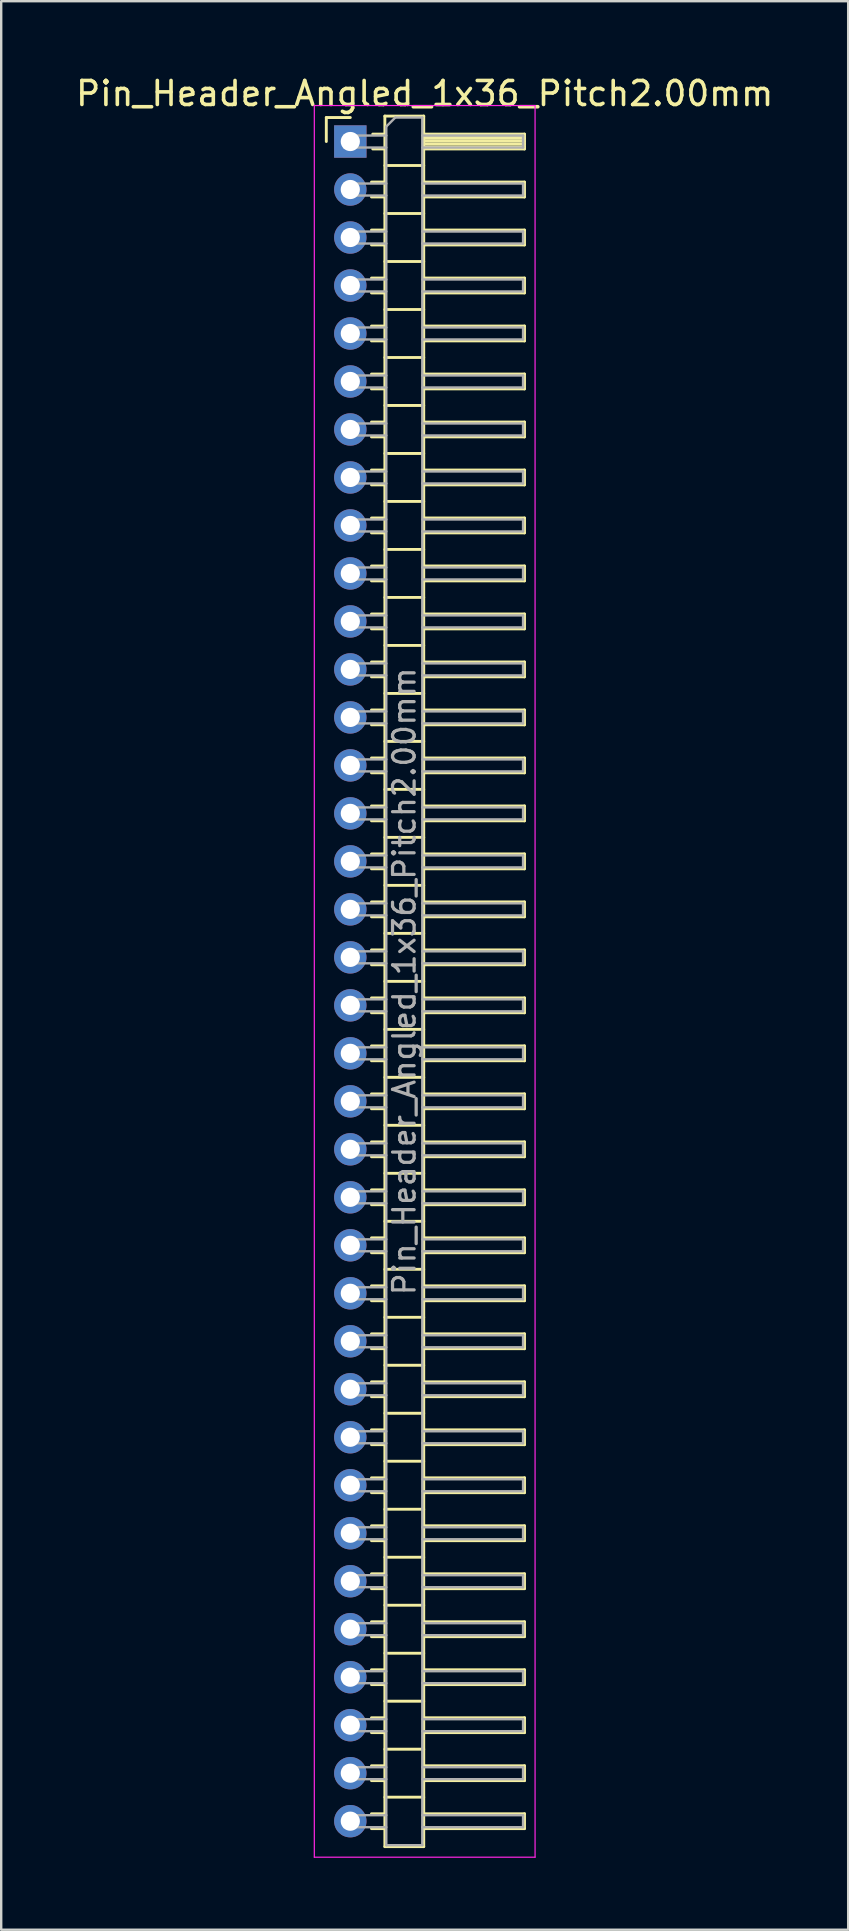
<source format=kicad_pcb>
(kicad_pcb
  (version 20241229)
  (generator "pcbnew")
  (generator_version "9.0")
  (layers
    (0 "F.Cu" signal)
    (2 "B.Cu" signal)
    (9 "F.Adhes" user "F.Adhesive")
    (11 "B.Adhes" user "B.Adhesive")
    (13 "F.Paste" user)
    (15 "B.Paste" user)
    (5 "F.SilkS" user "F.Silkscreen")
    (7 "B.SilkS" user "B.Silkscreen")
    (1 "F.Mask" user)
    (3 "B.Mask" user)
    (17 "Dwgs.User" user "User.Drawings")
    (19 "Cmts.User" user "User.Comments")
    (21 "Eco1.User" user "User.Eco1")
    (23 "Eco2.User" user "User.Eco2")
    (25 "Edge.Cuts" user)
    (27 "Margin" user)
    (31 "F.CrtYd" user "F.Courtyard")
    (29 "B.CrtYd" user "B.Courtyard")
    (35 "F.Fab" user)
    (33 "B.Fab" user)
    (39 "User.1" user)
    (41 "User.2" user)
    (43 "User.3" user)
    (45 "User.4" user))
  (footprint "Pin_Header_Angled_1x36_Pitch2.00mm"
    (layer "F.Cu")
    (at 11.549 2.848)
    (property "Reference" "Pin_Header_Angled_1x36_Pitch2.00mm" (at 3.1 -2 0) (layer "F.SilkS") (effects (font (size 1 1) (thickness 0.15))))
    (attr through_hole)
    (fp_line (start -1 -1) (end 0 -1) (stroke (width 0.12) (type solid)) (layer "F.SilkS"))
    (fp_line (start -1 0) (end -1 -1) (stroke (width 0.12) (type solid)) (layer "F.SilkS"))
    (fp_line (start 0.882 1.69) (end 1.44 1.69) (stroke (width 0.12) (type solid)) (layer "F.SilkS"))
    (fp_line (start 0.882 2.31) (end 1.44 2.31) (stroke (width 0.12) (type solid)) (layer "F.SilkS"))
    (fp_line (start 0.882 3.69) (end 1.44 3.69) (stroke (width 0.12) (type solid)) (layer "F.SilkS"))
    (fp_line (start 0.882 4.31) (end 1.44 4.31) (stroke (width 0.12) (type solid)) (layer "F.SilkS"))
    (fp_line (start 0.882 5.69) (end 1.44 5.69) (stroke (width 0.12) (type solid)) (layer "F.SilkS"))
    (fp_line (start 0.882 6.31) (end 1.44 6.31) (stroke (width 0.12) (type solid)) (layer "F.SilkS"))
    (fp_line (start 0.882 7.69) (end 1.44 7.69) (stroke (width 0.12) (type solid)) (layer "F.SilkS"))
    (fp_line (start 0.882 8.31) (end 1.44 8.31) (stroke (width 0.12) (type solid)) (layer "F.SilkS"))
    (fp_line (start 0.882 9.69) (end 1.44 9.69) (stroke (width 0.12) (type solid)) (layer "F.SilkS"))
    (fp_line (start 0.882 10.31) (end 1.44 10.31) (stroke (width 0.12) (type solid)) (layer "F.SilkS"))
    (fp_line (start 0.882 11.69) (end 1.44 11.69) (stroke (width 0.12) (type solid)) (layer "F.SilkS"))
    (fp_line (start 0.882 12.31) (end 1.44 12.31) (stroke (width 0.12) (type solid)) (layer "F.SilkS"))
    (fp_line (start 0.882 13.69) (end 1.44 13.69) (stroke (width 0.12) (type solid)) (layer "F.SilkS"))
    (fp_line (start 0.882 14.31) (end 1.44 14.31) (stroke (width 0.12) (type solid)) (layer "F.SilkS"))
    (fp_line (start 0.882 15.69) (end 1.44 15.69) (stroke (width 0.12) (type solid)) (layer "F.SilkS"))
    (fp_line (start 0.882 16.31) (end 1.44 16.31) (stroke (width 0.12) (type solid)) (layer "F.SilkS"))
    (fp_line (start 0.882 17.69) (end 1.44 17.69) (stroke (width 0.12) (type solid)) (layer "F.SilkS"))
    (fp_line (start 0.882 18.31) (end 1.44 18.31) (stroke (width 0.12) (type solid)) (layer "F.SilkS"))
    (fp_line (start 0.882 19.69) (end 1.44 19.69) (stroke (width 0.12) (type solid)) (layer "F.SilkS"))
    (fp_line (start 0.882 20.31) (end 1.44 20.31) (stroke (width 0.12) (type solid)) (layer "F.SilkS"))
    (fp_line (start 0.882 21.69) (end 1.44 21.69) (stroke (width 0.12) (type solid)) (layer "F.SilkS"))
    (fp_line (start 0.882 22.31) (end 1.44 22.31) (stroke (width 0.12) (type solid)) (layer "F.SilkS"))
    (fp_line (start 0.882 23.69) (end 1.44 23.69) (stroke (width 0.12) (type solid)) (layer "F.SilkS"))
    (fp_line (start 0.882 24.31) (end 1.44 24.31) (stroke (width 0.12) (type solid)) (layer "F.SilkS"))
    (fp_line (start 0.882 25.69) (end 1.44 25.69) (stroke (width 0.12) (type solid)) (layer "F.SilkS"))
    (fp_line (start 0.882 26.31) (end 1.44 26.31) (stroke (width 0.12) (type solid)) (layer "F.SilkS"))
    (fp_line (start 0.882 27.69) (end 1.44 27.69) (stroke (width 0.12) (type solid)) (layer "F.SilkS"))
    (fp_line (start 0.882 28.31) (end 1.44 28.31) (stroke (width 0.12) (type solid)) (layer "F.SilkS"))
    (fp_line (start 0.882 29.69) (end 1.44 29.69) (stroke (width 0.12) (type solid)) (layer "F.SilkS"))
    (fp_line (start 0.882 30.31) (end 1.44 30.31) (stroke (width 0.12) (type solid)) (layer "F.SilkS"))
    (fp_line (start 0.882 31.69) (end 1.44 31.69) (stroke (width 0.12) (type solid)) (layer "F.SilkS"))
    (fp_line (start 0.882 32.31) (end 1.44 32.31) (stroke (width 0.12) (type solid)) (layer "F.SilkS"))
    (fp_line (start 0.882 33.69) (end 1.44 33.69) (stroke (width 0.12) (type solid)) (layer "F.SilkS"))
    (fp_line (start 0.882 34.31) (end 1.44 34.31) (stroke (width 0.12) (type solid)) (layer "F.SilkS"))
    (fp_line (start 0.882 35.69) (end 1.44 35.69) (stroke (width 0.12) (type solid)) (layer "F.SilkS"))
    (fp_line (start 0.882 36.31) (end 1.44 36.31) (stroke (width 0.12) (type solid)) (layer "F.SilkS"))
    (fp_line (start 0.882 37.69) (end 1.44 37.69) (stroke (width 0.12) (type solid)) (layer "F.SilkS"))
    (fp_line (start 0.882 38.31) (end 1.44 38.31) (stroke (width 0.12) (type solid)) (layer "F.SilkS"))
    (fp_line (start 0.882 39.69) (end 1.44 39.69) (stroke (width 0.12) (type solid)) (layer "F.SilkS"))
    (fp_line (start 0.882 40.31) (end 1.44 40.31) (stroke (width 0.12) (type solid)) (layer "F.SilkS"))
    (fp_line (start 0.882 41.69) (end 1.44 41.69) (stroke (width 0.12) (type solid)) (layer "F.SilkS"))
    (fp_line (start 0.882 42.31) (end 1.44 42.31) (stroke (width 0.12) (type solid)) (layer "F.SilkS"))
    (fp_line (start 0.882 43.69) (end 1.44 43.69) (stroke (width 0.12) (type solid)) (layer "F.SilkS"))
    (fp_line (start 0.882 44.31) (end 1.44 44.31) (stroke (width 0.12) (type solid)) (layer "F.SilkS"))
    (fp_line (start 0.882 45.69) (end 1.44 45.69) (stroke (width 0.12) (type solid)) (layer "F.SilkS"))
    (fp_line (start 0.882 46.31) (end 1.44 46.31) (stroke (width 0.12) (type solid)) (layer "F.SilkS"))
    (fp_line (start 0.882 47.69) (end 1.44 47.69) (stroke (width 0.12) (type solid)) (layer "F.SilkS"))
    (fp_line (start 0.882 48.31) (end 1.44 48.31) (stroke (width 0.12) (type solid)) (layer "F.SilkS"))
    (fp_line (start 0.882 49.69) (end 1.44 49.69) (stroke (width 0.12) (type solid)) (layer "F.SilkS"))
    (fp_line (start 0.882 50.31) (end 1.44 50.31) (stroke (width 0.12) (type solid)) (layer "F.SilkS"))
    (fp_line (start 0.882 51.69) (end 1.44 51.69) (stroke (width 0.12) (type solid)) (layer "F.SilkS"))
    (fp_line (start 0.882 52.31) (end 1.44 52.31) (stroke (width 0.12) (type solid)) (layer "F.SilkS"))
    (fp_line (start 0.882 53.69) (end 1.44 53.69) (stroke (width 0.12) (type solid)) (layer "F.SilkS"))
    (fp_line (start 0.882 54.31) (end 1.44 54.31) (stroke (width 0.12) (type solid)) (layer "F.SilkS"))
    (fp_line (start 0.882 55.69) (end 1.44 55.69) (stroke (width 0.12) (type solid)) (layer "F.SilkS"))
    (fp_line (start 0.882 56.31) (end 1.44 56.31) (stroke (width 0.12) (type solid)) (layer "F.SilkS"))
    (fp_line (start 0.882 57.69) (end 1.44 57.69) (stroke (width 0.12) (type solid)) (layer "F.SilkS"))
    (fp_line (start 0.882 58.31) (end 1.44 58.31) (stroke (width 0.12) (type solid)) (layer "F.SilkS"))
    (fp_line (start 0.882 59.69) (end 1.44 59.69) (stroke (width 0.12) (type solid)) (layer "F.SilkS"))
    (fp_line (start 0.882 60.31) (end 1.44 60.31) (stroke (width 0.12) (type solid)) (layer "F.SilkS"))
    (fp_line (start 0.882 61.69) (end 1.44 61.69) (stroke (width 0.12) (type solid)) (layer "F.SilkS"))
    (fp_line (start 0.882 62.31) (end 1.44 62.31) (stroke (width 0.12) (type solid)) (layer "F.SilkS"))
    (fp_line (start 0.882 63.69) (end 1.44 63.69) (stroke (width 0.12) (type solid)) (layer "F.SilkS"))
    (fp_line (start 0.882 64.31) (end 1.44 64.31) (stroke (width 0.12) (type solid)) (layer "F.SilkS"))
    (fp_line (start 0.882 65.69) (end 1.44 65.69) (stroke (width 0.12) (type solid)) (layer "F.SilkS"))
    (fp_line (start 0.882 66.31) (end 1.44 66.31) (stroke (width 0.12) (type solid)) (layer "F.SilkS"))
    (fp_line (start 0.882 67.69) (end 1.44 67.69) (stroke (width 0.12) (type solid)) (layer "F.SilkS"))
    (fp_line (start 0.882 68.31) (end 1.44 68.31) (stroke (width 0.12) (type solid)) (layer "F.SilkS"))
    (fp_line (start 0.882 69.69) (end 1.44 69.69) (stroke (width 0.12) (type solid)) (layer "F.SilkS"))
    (fp_line (start 0.882 70.31) (end 1.44 70.31) (stroke (width 0.12) (type solid)) (layer "F.SilkS"))
    (fp_line (start 0.935 -0.31) (end 1.44 -0.31) (stroke (width 0.12) (type solid)) (layer "F.SilkS"))
    (fp_line (start 0.935 0.31) (end 1.44 0.31) (stroke (width 0.12) (type solid)) (layer "F.SilkS"))
    (fp_line (start 1.44 -1.06) (end 1.44 71.06) (stroke (width 0.12) (type solid)) (layer "F.SilkS"))
    (fp_line (start 1.44 1) (end 3.06 1) (stroke (width 0.12) (type solid)) (layer "F.SilkS"))
    (fp_line (start 1.44 3) (end 3.06 3) (stroke (width 0.12) (type solid)) (layer "F.SilkS"))
    (fp_line (start 1.44 5) (end 3.06 5) (stroke (width 0.12) (type solid)) (layer "F.SilkS"))
    (fp_line (start 1.44 7) (end 3.06 7) (stroke (width 0.12) (type solid)) (layer "F.SilkS"))
    (fp_line (start 1.44 9) (end 3.06 9) (stroke (width 0.12) (type solid)) (layer "F.SilkS"))
    (fp_line (start 1.44 11) (end 3.06 11) (stroke (width 0.12) (type solid)) (layer "F.SilkS"))
    (fp_line (start 1.44 13) (end 3.06 13) (stroke (width 0.12) (type solid)) (layer "F.SilkS"))
    (fp_line (start 1.44 15) (end 3.06 15) (stroke (width 0.12) (type solid)) (layer "F.SilkS"))
    (fp_line (start 1.44 17) (end 3.06 17) (stroke (width 0.12) (type solid)) (layer "F.SilkS"))
    (fp_line (start 1.44 19) (end 3.06 19) (stroke (width 0.12) (type solid)) (layer "F.SilkS"))
    (fp_line (start 1.44 21) (end 3.06 21) (stroke (width 0.12) (type solid)) (layer "F.SilkS"))
    (fp_line (start 1.44 23) (end 3.06 23) (stroke (width 0.12) (type solid)) (layer "F.SilkS"))
    (fp_line (start 1.44 25) (end 3.06 25) (stroke (width 0.12) (type solid)) (layer "F.SilkS"))
    (fp_line (start 1.44 27) (end 3.06 27) (stroke (width 0.12) (type solid)) (layer "F.SilkS"))
    (fp_line (start 1.44 29) (end 3.06 29) (stroke (width 0.12) (type solid)) (layer "F.SilkS"))
    (fp_line (start 1.44 31) (end 3.06 31) (stroke (width 0.12) (type solid)) (layer "F.SilkS"))
    (fp_line (start 1.44 33) (end 3.06 33) (stroke (width 0.12) (type solid)) (layer "F.SilkS"))
    (fp_line (start 1.44 35) (end 3.06 35) (stroke (width 0.12) (type solid)) (layer "F.SilkS"))
    (fp_line (start 1.44 37) (end 3.06 37) (stroke (width 0.12) (type solid)) (layer "F.SilkS"))
    (fp_line (start 1.44 39) (end 3.06 39) (stroke (width 0.12) (type solid)) (layer "F.SilkS"))
    (fp_line (start 1.44 41) (end 3.06 41) (stroke (width 0.12) (type solid)) (layer "F.SilkS"))
    (fp_line (start 1.44 43) (end 3.06 43) (stroke (width 0.12) (type solid)) (layer "F.SilkS"))
    (fp_line (start 1.44 45) (end 3.06 45) (stroke (width 0.12) (type solid)) (layer "F.SilkS"))
    (fp_line (start 1.44 47) (end 3.06 47) (stroke (width 0.12) (type solid)) (layer "F.SilkS"))
    (fp_line (start 1.44 49) (end 3.06 49) (stroke (width 0.12) (type solid)) (layer "F.SilkS"))
    (fp_line (start 1.44 51) (end 3.06 51) (stroke (width 0.12) (type solid)) (layer "F.SilkS"))
    (fp_line (start 1.44 53) (end 3.06 53) (stroke (width 0.12) (type solid)) (layer "F.SilkS"))
    (fp_line (start 1.44 55) (end 3.06 55) (stroke (width 0.12) (type solid)) (layer "F.SilkS"))
    (fp_line (start 1.44 57) (end 3.06 57) (stroke (width 0.12) (type solid)) (layer "F.SilkS"))
    (fp_line (start 1.44 59) (end 3.06 59) (stroke (width 0.12) (type solid)) (layer "F.SilkS"))
    (fp_line (start 1.44 61) (end 3.06 61) (stroke (width 0.12) (type solid)) (layer "F.SilkS"))
    (fp_line (start 1.44 63) (end 3.06 63) (stroke (width 0.12) (type solid)) (layer "F.SilkS"))
    (fp_line (start 1.44 65) (end 3.06 65) (stroke (width 0.12) (type solid)) (layer "F.SilkS"))
    (fp_line (start 1.44 67) (end 3.06 67) (stroke (width 0.12) (type solid)) (layer "F.SilkS"))
    (fp_line (start 1.44 69) (end 3.06 69) (stroke (width 0.12) (type solid)) (layer "F.SilkS"))
    (fp_line (start 1.44 71.06) (end 3.06 71.06) (stroke (width 0.12) (type solid)) (layer "F.SilkS"))
    (fp_line (start 3.06 -1.06) (end 1.44 -1.06) (stroke (width 0.12) (type solid)) (layer "F.SilkS"))
    (fp_line (start 3.06 -0.31) (end 7.26 -0.31) (stroke (width 0.12) (type solid)) (layer "F.SilkS"))
    (fp_line (start 3.06 -0.25) (end 7.26 -0.25) (stroke (width 0.12) (type solid)) (layer "F.SilkS"))
    (fp_line (start 3.06 -0.13) (end 7.26 -0.13) (stroke (width 0.12) (type solid)) (layer "F.SilkS"))
    (fp_line (start 3.06 -0.01) (end 7.26 -0.01) (stroke (width 0.12) (type solid)) (layer "F.SilkS"))
    (fp_line (start 3.06 0.11) (end 7.26 0.11) (stroke (width 0.12) (type solid)) (layer "F.SilkS"))
    (fp_line (start 3.06 0.23) (end 7.26 0.23) (stroke (width 0.12) (type solid)) (layer "F.SilkS"))
    (fp_line (start 3.06 1.69) (end 7.26 1.69) (stroke (width 0.12) (type solid)) (layer "F.SilkS"))
    (fp_line (start 3.06 3.69) (end 7.26 3.69) (stroke (width 0.12) (type solid)) (layer "F.SilkS"))
    (fp_line (start 3.06 5.69) (end 7.26 5.69) (stroke (width 0.12) (type solid)) (layer "F.SilkS"))
    (fp_line (start 3.06 7.69) (end 7.26 7.69) (stroke (width 0.12) (type solid)) (layer "F.SilkS"))
    (fp_line (start 3.06 9.69) (end 7.26 9.69) (stroke (width 0.12) (type solid)) (layer "F.SilkS"))
    (fp_line (start 3.06 11.69) (end 7.26 11.69) (stroke (width 0.12) (type solid)) (layer "F.SilkS"))
    (fp_line (start 3.06 13.69) (end 7.26 13.69) (stroke (width 0.12) (type solid)) (layer "F.SilkS"))
    (fp_line (start 3.06 15.69) (end 7.26 15.69) (stroke (width 0.12) (type solid)) (layer "F.SilkS"))
    (fp_line (start 3.06 17.69) (end 7.26 17.69) (stroke (width 0.12) (type solid)) (layer "F.SilkS"))
    (fp_line (start 3.06 19.69) (end 7.26 19.69) (stroke (width 0.12) (type solid)) (layer "F.SilkS"))
    (fp_line (start 3.06 21.69) (end 7.26 21.69) (stroke (width 0.12) (type solid)) (layer "F.SilkS"))
    (fp_line (start 3.06 23.69) (end 7.26 23.69) (stroke (width 0.12) (type solid)) (layer "F.SilkS"))
    (fp_line (start 3.06 25.69) (end 7.26 25.69) (stroke (width 0.12) (type solid)) (layer "F.SilkS"))
    (fp_line (start 3.06 27.69) (end 7.26 27.69) (stroke (width 0.12) (type solid)) (layer "F.SilkS"))
    (fp_line (start 3.06 29.69) (end 7.26 29.69) (stroke (width 0.12) (type solid)) (layer "F.SilkS"))
    (fp_line (start 3.06 31.69) (end 7.26 31.69) (stroke (width 0.12) (type solid)) (layer "F.SilkS"))
    (fp_line (start 3.06 33.69) (end 7.26 33.69) (stroke (width 0.12) (type solid)) (layer "F.SilkS"))
    (fp_line (start 3.06 35.69) (end 7.26 35.69) (stroke (width 0.12) (type solid)) (layer "F.SilkS"))
    (fp_line (start 3.06 37.69) (end 7.26 37.69) (stroke (width 0.12) (type solid)) (layer "F.SilkS"))
    (fp_line (start 3.06 39.69) (end 7.26 39.69) (stroke (width 0.12) (type solid)) (layer "F.SilkS"))
    (fp_line (start 3.06 41.69) (end 7.26 41.69) (stroke (width 0.12) (type solid)) (layer "F.SilkS"))
    (fp_line (start 3.06 43.69) (end 7.26 43.69) (stroke (width 0.12) (type solid)) (layer "F.SilkS"))
    (fp_line (start 3.06 45.69) (end 7.26 45.69) (stroke (width 0.12) (type solid)) (layer "F.SilkS"))
    (fp_line (start 3.06 47.69) (end 7.26 47.69) (stroke (width 0.12) (type solid)) (layer "F.SilkS"))
    (fp_line (start 3.06 49.69) (end 7.26 49.69) (stroke (width 0.12) (type solid)) (layer "F.SilkS"))
    (fp_line (start 3.06 51.69) (end 7.26 51.69) (stroke (width 0.12) (type solid)) (layer "F.SilkS"))
    (fp_line (start 3.06 53.69) (end 7.26 53.69) (stroke (width 0.12) (type solid)) (layer "F.SilkS"))
    (fp_line (start 3.06 55.69) (end 7.26 55.69) (stroke (width 0.12) (type solid)) (layer "F.SilkS"))
    (fp_line (start 3.06 57.69) (end 7.26 57.69) (stroke (width 0.12) (type solid)) (layer "F.SilkS"))
    (fp_line (start 3.06 59.69) (end 7.26 59.69) (stroke (width 0.12) (type solid)) (layer "F.SilkS"))
    (fp_line (start 3.06 61.69) (end 7.26 61.69) (stroke (width 0.12) (type solid)) (layer "F.SilkS"))
    (fp_line (start 3.06 63.69) (end 7.26 63.69) (stroke (width 0.12) (type solid)) (layer "F.SilkS"))
    (fp_line (start 3.06 65.69) (end 7.26 65.69) (stroke (width 0.12) (type solid)) (layer "F.SilkS"))
    (fp_line (start 3.06 67.69) (end 7.26 67.69) (stroke (width 0.12) (type solid)) (layer "F.SilkS"))
    (fp_line (start 3.06 69.69) (end 7.26 69.69) (stroke (width 0.12) (type solid)) (layer "F.SilkS"))
    (fp_line (start 3.06 71.06) (end 3.06 -1.06) (stroke (width 0.12) (type solid)) (layer "F.SilkS"))
    (fp_line (start 7.26 -0.31) (end 7.26 0.31) (stroke (width 0.12) (type solid)) (layer "F.SilkS"))
    (fp_line (start 7.26 0.31) (end 3.06 0.31) (stroke (width 0.12) (type solid)) (layer "F.SilkS"))
    (fp_line (start 7.26 1.69) (end 7.26 2.31) (stroke (width 0.12) (type solid)) (layer "F.SilkS"))
    (fp_line (start 7.26 2.31) (end 3.06 2.31) (stroke (width 0.12) (type solid)) (layer "F.SilkS"))
    (fp_line (start 7.26 3.69) (end 7.26 4.31) (stroke (width 0.12) (type solid)) (layer "F.SilkS"))
    (fp_line (start 7.26 4.31) (end 3.06 4.31) (stroke (width 0.12) (type solid)) (layer "F.SilkS"))
    (fp_line (start 7.26 5.69) (end 7.26 6.31) (stroke (width 0.12) (type solid)) (layer "F.SilkS"))
    (fp_line (start 7.26 6.31) (end 3.06 6.31) (stroke (width 0.12) (type solid)) (layer "F.SilkS"))
    (fp_line (start 7.26 7.69) (end 7.26 8.31) (stroke (width 0.12) (type solid)) (layer "F.SilkS"))
    (fp_line (start 7.26 8.31) (end 3.06 8.31) (stroke (width 0.12) (type solid)) (layer "F.SilkS"))
    (fp_line (start 7.26 9.69) (end 7.26 10.31) (stroke (width 0.12) (type solid)) (layer "F.SilkS"))
    (fp_line (start 7.26 10.31) (end 3.06 10.31) (stroke (width 0.12) (type solid)) (layer "F.SilkS"))
    (fp_line (start 7.26 11.69) (end 7.26 12.31) (stroke (width 0.12) (type solid)) (layer "F.SilkS"))
    (fp_line (start 7.26 12.31) (end 3.06 12.31) (stroke (width 0.12) (type solid)) (layer "F.SilkS"))
    (fp_line (start 7.26 13.69) (end 7.26 14.31) (stroke (width 0.12) (type solid)) (layer "F.SilkS"))
    (fp_line (start 7.26 14.31) (end 3.06 14.31) (stroke (width 0.12) (type solid)) (layer "F.SilkS"))
    (fp_line (start 7.26 15.69) (end 7.26 16.31) (stroke (width 0.12) (type solid)) (layer "F.SilkS"))
    (fp_line (start 7.26 16.31) (end 3.06 16.31) (stroke (width 0.12) (type solid)) (layer "F.SilkS"))
    (fp_line (start 7.26 17.69) (end 7.26 18.31) (stroke (width 0.12) (type solid)) (layer "F.SilkS"))
    (fp_line (start 7.26 18.31) (end 3.06 18.31) (stroke (width 0.12) (type solid)) (layer "F.SilkS"))
    (fp_line (start 7.26 19.69) (end 7.26 20.31) (stroke (width 0.12) (type solid)) (layer "F.SilkS"))
    (fp_line (start 7.26 20.31) (end 3.06 20.31) (stroke (width 0.12) (type solid)) (layer "F.SilkS"))
    (fp_line (start 7.26 21.69) (end 7.26 22.31) (stroke (width 0.12) (type solid)) (layer "F.SilkS"))
    (fp_line (start 7.26 22.31) (end 3.06 22.31) (stroke (width 0.12) (type solid)) (layer "F.SilkS"))
    (fp_line (start 7.26 23.69) (end 7.26 24.31) (stroke (width 0.12) (type solid)) (layer "F.SilkS"))
    (fp_line (start 7.26 24.31) (end 3.06 24.31) (stroke (width 0.12) (type solid)) (layer "F.SilkS"))
    (fp_line (start 7.26 25.69) (end 7.26 26.31) (stroke (width 0.12) (type solid)) (layer "F.SilkS"))
    (fp_line (start 7.26 26.31) (end 3.06 26.31) (stroke (width 0.12) (type solid)) (layer "F.SilkS"))
    (fp_line (start 7.26 27.69) (end 7.26 28.31) (stroke (width 0.12) (type solid)) (layer "F.SilkS"))
    (fp_line (start 7.26 28.31) (end 3.06 28.31) (stroke (width 0.12) (type solid)) (layer "F.SilkS"))
    (fp_line (start 7.26 29.69) (end 7.26 30.31) (stroke (width 0.12) (type solid)) (layer "F.SilkS"))
    (fp_line (start 7.26 30.31) (end 3.06 30.31) (stroke (width 0.12) (type solid)) (layer "F.SilkS"))
    (fp_line (start 7.26 31.69) (end 7.26 32.31) (stroke (width 0.12) (type solid)) (layer "F.SilkS"))
    (fp_line (start 7.26 32.31) (end 3.06 32.31) (stroke (width 0.12) (type solid)) (layer "F.SilkS"))
    (fp_line (start 7.26 33.69) (end 7.26 34.31) (stroke (width 0.12) (type solid)) (layer "F.SilkS"))
    (fp_line (start 7.26 34.31) (end 3.06 34.31) (stroke (width 0.12) (type solid)) (layer "F.SilkS"))
    (fp_line (start 7.26 35.69) (end 7.26 36.31) (stroke (width 0.12) (type solid)) (layer "F.SilkS"))
    (fp_line (start 7.26 36.31) (end 3.06 36.31) (stroke (width 0.12) (type solid)) (layer "F.SilkS"))
    (fp_line (start 7.26 37.69) (end 7.26 38.31) (stroke (width 0.12) (type solid)) (layer "F.SilkS"))
    (fp_line (start 7.26 38.31) (end 3.06 38.31) (stroke (width 0.12) (type solid)) (layer "F.SilkS"))
    (fp_line (start 7.26 39.69) (end 7.26 40.31) (stroke (width 0.12) (type solid)) (layer "F.SilkS"))
    (fp_line (start 7.26 40.31) (end 3.06 40.31) (stroke (width 0.12) (type solid)) (layer "F.SilkS"))
    (fp_line (start 7.26 41.69) (end 7.26 42.31) (stroke (width 0.12) (type solid)) (layer "F.SilkS"))
    (fp_line (start 7.26 42.31) (end 3.06 42.31) (stroke (width 0.12) (type solid)) (layer "F.SilkS"))
    (fp_line (start 7.26 43.69) (end 7.26 44.31) (stroke (width 0.12) (type solid)) (layer "F.SilkS"))
    (fp_line (start 7.26 44.31) (end 3.06 44.31) (stroke (width 0.12) (type solid)) (layer "F.SilkS"))
    (fp_line (start 7.26 45.69) (end 7.26 46.31) (stroke (width 0.12) (type solid)) (layer "F.SilkS"))
    (fp_line (start 7.26 46.31) (end 3.06 46.31) (stroke (width 0.12) (type solid)) (layer "F.SilkS"))
    (fp_line (start 7.26 47.69) (end 7.26 48.31) (stroke (width 0.12) (type solid)) (layer "F.SilkS"))
    (fp_line (start 7.26 48.31) (end 3.06 48.31) (stroke (width 0.12) (type solid)) (layer "F.SilkS"))
    (fp_line (start 7.26 49.69) (end 7.26 50.31) (stroke (width 0.12) (type solid)) (layer "F.SilkS"))
    (fp_line (start 7.26 50.31) (end 3.06 50.31) (stroke (width 0.12) (type solid)) (layer "F.SilkS"))
    (fp_line (start 7.26 51.69) (end 7.26 52.31) (stroke (width 0.12) (type solid)) (layer "F.SilkS"))
    (fp_line (start 7.26 52.31) (end 3.06 52.31) (stroke (width 0.12) (type solid)) (layer "F.SilkS"))
    (fp_line (start 7.26 53.69) (end 7.26 54.31) (stroke (width 0.12) (type solid)) (layer "F.SilkS"))
    (fp_line (start 7.26 54.31) (end 3.06 54.31) (stroke (width 0.12) (type solid)) (layer "F.SilkS"))
    (fp_line (start 7.26 55.69) (end 7.26 56.31) (stroke (width 0.12) (type solid)) (layer "F.SilkS"))
    (fp_line (start 7.26 56.31) (end 3.06 56.31) (stroke (width 0.12) (type solid)) (layer "F.SilkS"))
    (fp_line (start 7.26 57.69) (end 7.26 58.31) (stroke (width 0.12) (type solid)) (layer "F.SilkS"))
    (fp_line (start 7.26 58.31) (end 3.06 58.31) (stroke (width 0.12) (type solid)) (layer "F.SilkS"))
    (fp_line (start 7.26 59.69) (end 7.26 60.31) (stroke (width 0.12) (type solid)) (layer "F.SilkS"))
    (fp_line (start 7.26 60.31) (end 3.06 60.31) (stroke (width 0.12) (type solid)) (layer "F.SilkS"))
    (fp_line (start 7.26 61.69) (end 7.26 62.31) (stroke (width 0.12) (type solid)) (layer "F.SilkS"))
    (fp_line (start 7.26 62.31) (end 3.06 62.31) (stroke (width 0.12) (type solid)) (layer "F.SilkS"))
    (fp_line (start 7.26 63.69) (end 7.26 64.31) (stroke (width 0.12) (type solid)) (layer "F.SilkS"))
    (fp_line (start 7.26 64.31) (end 3.06 64.31) (stroke (width 0.12) (type solid)) (layer "F.SilkS"))
    (fp_line (start 7.26 65.69) (end 7.26 66.31) (stroke (width 0.12) (type solid)) (layer "F.SilkS"))
    (fp_line (start 7.26 66.31) (end 3.06 66.31) (stroke (width 0.12) (type solid)) (layer "F.SilkS"))
    (fp_line (start 7.26 67.69) (end 7.26 68.31) (stroke (width 0.12) (type solid)) (layer "F.SilkS"))
    (fp_line (start 7.26 68.31) (end 3.06 68.31) (stroke (width 0.12) (type solid)) (layer "F.SilkS"))
    (fp_line (start 7.26 69.69) (end 7.26 70.31) (stroke (width 0.12) (type solid)) (layer "F.SilkS"))
    (fp_line (start 7.26 70.31) (end 3.06 70.31) (stroke (width 0.12) (type solid)) (layer "F.SilkS"))
    (fp_line (start -1.5 -1.5) (end -1.5 71.5) (stroke (width 0.05) (type solid)) (layer "F.CrtYd"))
    (fp_line (start -1.5 71.5) (end 7.7 71.5) (stroke (width 0.05) (type solid)) (layer "F.CrtYd"))
    (fp_line (start 7.7 -1.5) (end -1.5 -1.5) (stroke (width 0.05) (type solid)) (layer "F.CrtYd"))
    (fp_line (start 7.7 71.5) (end 7.7 -1.5) (stroke (width 0.05) (type solid)) (layer "F.CrtYd"))
    (fp_line (start -0.25 -0.25) (end -0.25 0.25) (stroke (width 0.1) (type solid)) (layer "F.Fab"))
    (fp_line (start -0.25 -0.25) (end 1.5 -0.25) (stroke (width 0.1) (type solid)) (layer "F.Fab"))
    (fp_line (start -0.25 0.25) (end 1.5 0.25) (stroke (width 0.1) (type solid)) (layer "F.Fab"))
    (fp_line (start -0.25 1.75) (end -0.25 2.25) (stroke (width 0.1) (type solid)) (layer "F.Fab"))
    (fp_line (start -0.25 1.75) (end 1.5 1.75) (stroke (width 0.1) (type solid)) (layer "F.Fab"))
    (fp_line (start -0.25 2.25) (end 1.5 2.25) (stroke (width 0.1) (type solid)) (layer "F.Fab"))
    (fp_line (start -0.25 3.75) (end -0.25 4.25) (stroke (width 0.1) (type solid)) (layer "F.Fab"))
    (fp_line (start -0.25 3.75) (end 1.5 3.75) (stroke (width 0.1) (type solid)) (layer "F.Fab"))
    (fp_line (start -0.25 4.25) (end 1.5 4.25) (stroke (width 0.1) (type solid)) (layer "F.Fab"))
    (fp_line (start -0.25 5.75) (end -0.25 6.25) (stroke (width 0.1) (type solid)) (layer "F.Fab"))
    (fp_line (start -0.25 5.75) (end 1.5 5.75) (stroke (width 0.1) (type solid)) (layer "F.Fab"))
    (fp_line (start -0.25 6.25) (end 1.5 6.25) (stroke (width 0.1) (type solid)) (layer "F.Fab"))
    (fp_line (start -0.25 7.75) (end -0.25 8.25) (stroke (width 0.1) (type solid)) (layer "F.Fab"))
    (fp_line (start -0.25 7.75) (end 1.5 7.75) (stroke (width 0.1) (type solid)) (layer "F.Fab"))
    (fp_line (start -0.25 8.25) (end 1.5 8.25) (stroke (width 0.1) (type solid)) (layer "F.Fab"))
    (fp_line (start -0.25 9.75) (end -0.25 10.25) (stroke (width 0.1) (type solid)) (layer "F.Fab"))
    (fp_line (start -0.25 9.75) (end 1.5 9.75) (stroke (width 0.1) (type solid)) (layer "F.Fab"))
    (fp_line (start -0.25 10.25) (end 1.5 10.25) (stroke (width 0.1) (type solid)) (layer "F.Fab"))
    (fp_line (start -0.25 11.75) (end -0.25 12.25) (stroke (width 0.1) (type solid)) (layer "F.Fab"))
    (fp_line (start -0.25 11.75) (end 1.5 11.75) (stroke (width 0.1) (type solid)) (layer "F.Fab"))
    (fp_line (start -0.25 12.25) (end 1.5 12.25) (stroke (width 0.1) (type solid)) (layer "F.Fab"))
    (fp_line (start -0.25 13.75) (end -0.25 14.25) (stroke (width 0.1) (type solid)) (layer "F.Fab"))
    (fp_line (start -0.25 13.75) (end 1.5 13.75) (stroke (width 0.1) (type solid)) (layer "F.Fab"))
    (fp_line (start -0.25 14.25) (end 1.5 14.25) (stroke (width 0.1) (type solid)) (layer "F.Fab"))
    (fp_line (start -0.25 15.75) (end -0.25 16.25) (stroke (width 0.1) (type solid)) (layer "F.Fab"))
    (fp_line (start -0.25 15.75) (end 1.5 15.75) (stroke (width 0.1) (type solid)) (layer "F.Fab"))
    (fp_line (start -0.25 16.25) (end 1.5 16.25) (stroke (width 0.1) (type solid)) (layer "F.Fab"))
    (fp_line (start -0.25 17.75) (end -0.25 18.25) (stroke (width 0.1) (type solid)) (layer "F.Fab"))
    (fp_line (start -0.25 17.75) (end 1.5 17.75) (stroke (width 0.1) (type solid)) (layer "F.Fab"))
    (fp_line (start -0.25 18.25) (end 1.5 18.25) (stroke (width 0.1) (type solid)) (layer "F.Fab"))
    (fp_line (start -0.25 19.75) (end -0.25 20.25) (stroke (width 0.1) (type solid)) (layer "F.Fab"))
    (fp_line (start -0.25 19.75) (end 1.5 19.75) (stroke (width 0.1) (type solid)) (layer "F.Fab"))
    (fp_line (start -0.25 20.25) (end 1.5 20.25) (stroke (width 0.1) (type solid)) (layer "F.Fab"))
    (fp_line (start -0.25 21.75) (end -0.25 22.25) (stroke (width 0.1) (type solid)) (layer "F.Fab"))
    (fp_line (start -0.25 21.75) (end 1.5 21.75) (stroke (width 0.1) (type solid)) (layer "F.Fab"))
    (fp_line (start -0.25 22.25) (end 1.5 22.25) (stroke (width 0.1) (type solid)) (layer "F.Fab"))
    (fp_line (start -0.25 23.75) (end -0.25 24.25) (stroke (width 0.1) (type solid)) (layer "F.Fab"))
    (fp_line (start -0.25 23.75) (end 1.5 23.75) (stroke (width 0.1) (type solid)) (layer "F.Fab"))
    (fp_line (start -0.25 24.25) (end 1.5 24.25) (stroke (width 0.1) (type solid)) (layer "F.Fab"))
    (fp_line (start -0.25 25.75) (end -0.25 26.25) (stroke (width 0.1) (type solid)) (layer "F.Fab"))
    (fp_line (start -0.25 25.75) (end 1.5 25.75) (stroke (width 0.1) (type solid)) (layer "F.Fab"))
    (fp_line (start -0.25 26.25) (end 1.5 26.25) (stroke (width 0.1) (type solid)) (layer "F.Fab"))
    (fp_line (start -0.25 27.75) (end -0.25 28.25) (stroke (width 0.1) (type solid)) (layer "F.Fab"))
    (fp_line (start -0.25 27.75) (end 1.5 27.75) (stroke (width 0.1) (type solid)) (layer "F.Fab"))
    (fp_line (start -0.25 28.25) (end 1.5 28.25) (stroke (width 0.1) (type solid)) (layer "F.Fab"))
    (fp_line (start -0.25 29.75) (end -0.25 30.25) (stroke (width 0.1) (type solid)) (layer "F.Fab"))
    (fp_line (start -0.25 29.75) (end 1.5 29.75) (stroke (width 0.1) (type solid)) (layer "F.Fab"))
    (fp_line (start -0.25 30.25) (end 1.5 30.25) (stroke (width 0.1) (type solid)) (layer "F.Fab"))
    (fp_line (start -0.25 31.75) (end -0.25 32.25) (stroke (width 0.1) (type solid)) (layer "F.Fab"))
    (fp_line (start -0.25 31.75) (end 1.5 31.75) (stroke (width 0.1) (type solid)) (layer "F.Fab"))
    (fp_line (start -0.25 32.25) (end 1.5 32.25) (stroke (width 0.1) (type solid)) (layer "F.Fab"))
    (fp_line (start -0.25 33.75) (end -0.25 34.25) (stroke (width 0.1) (type solid)) (layer "F.Fab"))
    (fp_line (start -0.25 33.75) (end 1.5 33.75) (stroke (width 0.1) (type solid)) (layer "F.Fab"))
    (fp_line (start -0.25 34.25) (end 1.5 34.25) (stroke (width 0.1) (type solid)) (layer "F.Fab"))
    (fp_line (start -0.25 35.75) (end -0.25 36.25) (stroke (width 0.1) (type solid)) (layer "F.Fab"))
    (fp_line (start -0.25 35.75) (end 1.5 35.75) (stroke (width 0.1) (type solid)) (layer "F.Fab"))
    (fp_line (start -0.25 36.25) (end 1.5 36.25) (stroke (width 0.1) (type solid)) (layer "F.Fab"))
    (fp_line (start -0.25 37.75) (end -0.25 38.25) (stroke (width 0.1) (type solid)) (layer "F.Fab"))
    (fp_line (start -0.25 37.75) (end 1.5 37.75) (stroke (width 0.1) (type solid)) (layer "F.Fab"))
    (fp_line (start -0.25 38.25) (end 1.5 38.25) (stroke (width 0.1) (type solid)) (layer "F.Fab"))
    (fp_line (start -0.25 39.75) (end -0.25 40.25) (stroke (width 0.1) (type solid)) (layer "F.Fab"))
    (fp_line (start -0.25 39.75) (end 1.5 39.75) (stroke (width 0.1) (type solid)) (layer "F.Fab"))
    (fp_line (start -0.25 40.25) (end 1.5 40.25) (stroke (width 0.1) (type solid)) (layer "F.Fab"))
    (fp_line (start -0.25 41.75) (end -0.25 42.25) (stroke (width 0.1) (type solid)) (layer "F.Fab"))
    (fp_line (start -0.25 41.75) (end 1.5 41.75) (stroke (width 0.1) (type solid)) (layer "F.Fab"))
    (fp_line (start -0.25 42.25) (end 1.5 42.25) (stroke (width 0.1) (type solid)) (layer "F.Fab"))
    (fp_line (start -0.25 43.75) (end -0.25 44.25) (stroke (width 0.1) (type solid)) (layer "F.Fab"))
    (fp_line (start -0.25 43.75) (end 1.5 43.75) (stroke (width 0.1) (type solid)) (layer "F.Fab"))
    (fp_line (start -0.25 44.25) (end 1.5 44.25) (stroke (width 0.1) (type solid)) (layer "F.Fab"))
    (fp_line (start -0.25 45.75) (end -0.25 46.25) (stroke (width 0.1) (type solid)) (layer "F.Fab"))
    (fp_line (start -0.25 45.75) (end 1.5 45.75) (stroke (width 0.1) (type solid)) (layer "F.Fab"))
    (fp_line (start -0.25 46.25) (end 1.5 46.25) (stroke (width 0.1) (type solid)) (layer "F.Fab"))
    (fp_line (start -0.25 47.75) (end -0.25 48.25) (stroke (width 0.1) (type solid)) (layer "F.Fab"))
    (fp_line (start -0.25 47.75) (end 1.5 47.75) (stroke (width 0.1) (type solid)) (layer "F.Fab"))
    (fp_line (start -0.25 48.25) (end 1.5 48.25) (stroke (width 0.1) (type solid)) (layer "F.Fab"))
    (fp_line (start -0.25 49.75) (end -0.25 50.25) (stroke (width 0.1) (type solid)) (layer "F.Fab"))
    (fp_line (start -0.25 49.75) (end 1.5 49.75) (stroke (width 0.1) (type solid)) (layer "F.Fab"))
    (fp_line (start -0.25 50.25) (end 1.5 50.25) (stroke (width 0.1) (type solid)) (layer "F.Fab"))
    (fp_line (start -0.25 51.75) (end -0.25 52.25) (stroke (width 0.1) (type solid)) (layer "F.Fab"))
    (fp_line (start -0.25 51.75) (end 1.5 51.75) (stroke (width 0.1) (type solid)) (layer "F.Fab"))
    (fp_line (start -0.25 52.25) (end 1.5 52.25) (stroke (width 0.1) (type solid)) (layer "F.Fab"))
    (fp_line (start -0.25 53.75) (end -0.25 54.25) (stroke (width 0.1) (type solid)) (layer "F.Fab"))
    (fp_line (start -0.25 53.75) (end 1.5 53.75) (stroke (width 0.1) (type solid)) (layer "F.Fab"))
    (fp_line (start -0.25 54.25) (end 1.5 54.25) (stroke (width 0.1) (type solid)) (layer "F.Fab"))
    (fp_line (start -0.25 55.75) (end -0.25 56.25) (stroke (width 0.1) (type solid)) (layer "F.Fab"))
    (fp_line (start -0.25 55.75) (end 1.5 55.75) (stroke (width 0.1) (type solid)) (layer "F.Fab"))
    (fp_line (start -0.25 56.25) (end 1.5 56.25) (stroke (width 0.1) (type solid)) (layer "F.Fab"))
    (fp_line (start -0.25 57.75) (end -0.25 58.25) (stroke (width 0.1) (type solid)) (layer "F.Fab"))
    (fp_line (start -0.25 57.75) (end 1.5 57.75) (stroke (width 0.1) (type solid)) (layer "F.Fab"))
    (fp_line (start -0.25 58.25) (end 1.5 58.25) (stroke (width 0.1) (type solid)) (layer "F.Fab"))
    (fp_line (start -0.25 59.75) (end -0.25 60.25) (stroke (width 0.1) (type solid)) (layer "F.Fab"))
    (fp_line (start -0.25 59.75) (end 1.5 59.75) (stroke (width 0.1) (type solid)) (layer "F.Fab"))
    (fp_line (start -0.25 60.25) (end 1.5 60.25) (stroke (width 0.1) (type solid)) (layer "F.Fab"))
    (fp_line (start -0.25 61.75) (end -0.25 62.25) (stroke (width 0.1) (type solid)) (layer "F.Fab"))
    (fp_line (start -0.25 61.75) (end 1.5 61.75) (stroke (width 0.1) (type solid)) (layer "F.Fab"))
    (fp_line (start -0.25 62.25) (end 1.5 62.25) (stroke (width 0.1) (type solid)) (layer "F.Fab"))
    (fp_line (start -0.25 63.75) (end -0.25 64.25) (stroke (width 0.1) (type solid)) (layer "F.Fab"))
    (fp_line (start -0.25 63.75) (end 1.5 63.75) (stroke (width 0.1) (type solid)) (layer "F.Fab"))
    (fp_line (start -0.25 64.25) (end 1.5 64.25) (stroke (width 0.1) (type solid)) (layer "F.Fab"))
    (fp_line (start -0.25 65.75) (end -0.25 66.25) (stroke (width 0.1) (type solid)) (layer "F.Fab"))
    (fp_line (start -0.25 65.75) (end 1.5 65.75) (stroke (width 0.1) (type solid)) (layer "F.Fab"))
    (fp_line (start -0.25 66.25) (end 1.5 66.25) (stroke (width 0.1) (type solid)) (layer "F.Fab"))
    (fp_line (start -0.25 67.75) (end -0.25 68.25) (stroke (width 0.1) (type solid)) (layer "F.Fab"))
    (fp_line (start -0.25 67.75) (end 1.5 67.75) (stroke (width 0.1) (type solid)) (layer "F.Fab"))
    (fp_line (start -0.25 68.25) (end 1.5 68.25) (stroke (width 0.1) (type solid)) (layer "F.Fab"))
    (fp_line (start -0.25 69.75) (end -0.25 70.25) (stroke (width 0.1) (type solid)) (layer "F.Fab"))
    (fp_line (start -0.25 69.75) (end 1.5 69.75) (stroke (width 0.1) (type solid)) (layer "F.Fab"))
    (fp_line (start -0.25 70.25) (end 1.5 70.25) (stroke (width 0.1) (type solid)) (layer "F.Fab"))
    (fp_line (start 1.5 -0.625) (end 1.875 -1) (stroke (width 0.1) (type solid)) (layer "F.Fab"))
    (fp_line (start 1.5 71) (end 1.5 -0.625) (stroke (width 0.1) (type solid)) (layer "F.Fab"))
    (fp_line (start 1.875 -1) (end 3 -1) (stroke (width 0.1) (type solid)) (layer "F.Fab"))
    (fp_line (start 3 -1) (end 3 71) (stroke (width 0.1) (type solid)) (layer "F.Fab"))
    (fp_line (start 3 -0.25) (end 7.2 -0.25) (stroke (width 0.1) (type solid)) (layer "F.Fab"))
    (fp_line (start 3 0.25) (end 7.2 0.25) (stroke (width 0.1) (type solid)) (layer "F.Fab"))
    (fp_line (start 3 1.75) (end 7.2 1.75) (stroke (width 0.1) (type solid)) (layer "F.Fab"))
    (fp_line (start 3 2.25) (end 7.2 2.25) (stroke (width 0.1) (type solid)) (layer "F.Fab"))
    (fp_line (start 3 3.75) (end 7.2 3.75) (stroke (width 0.1) (type solid)) (layer "F.Fab"))
    (fp_line (start 3 4.25) (end 7.2 4.25) (stroke (width 0.1) (type solid)) (layer "F.Fab"))
    (fp_line (start 3 5.75) (end 7.2 5.75) (stroke (width 0.1) (type solid)) (layer "F.Fab"))
    (fp_line (start 3 6.25) (end 7.2 6.25) (stroke (width 0.1) (type solid)) (layer "F.Fab"))
    (fp_line (start 3 7.75) (end 7.2 7.75) (stroke (width 0.1) (type solid)) (layer "F.Fab"))
    (fp_line (start 3 8.25) (end 7.2 8.25) (stroke (width 0.1) (type solid)) (layer "F.Fab"))
    (fp_line (start 3 9.75) (end 7.2 9.75) (stroke (width 0.1) (type solid)) (layer "F.Fab"))
    (fp_line (start 3 10.25) (end 7.2 10.25) (stroke (width 0.1) (type solid)) (layer "F.Fab"))
    (fp_line (start 3 11.75) (end 7.2 11.75) (stroke (width 0.1) (type solid)) (layer "F.Fab"))
    (fp_line (start 3 12.25) (end 7.2 12.25) (stroke (width 0.1) (type solid)) (layer "F.Fab"))
    (fp_line (start 3 13.75) (end 7.2 13.75) (stroke (width 0.1) (type solid)) (layer "F.Fab"))
    (fp_line (start 3 14.25) (end 7.2 14.25) (stroke (width 0.1) (type solid)) (layer "F.Fab"))
    (fp_line (start 3 15.75) (end 7.2 15.75) (stroke (width 0.1) (type solid)) (layer "F.Fab"))
    (fp_line (start 3 16.25) (end 7.2 16.25) (stroke (width 0.1) (type solid)) (layer "F.Fab"))
    (fp_line (start 3 17.75) (end 7.2 17.75) (stroke (width 0.1) (type solid)) (layer "F.Fab"))
    (fp_line (start 3 18.25) (end 7.2 18.25) (stroke (width 0.1) (type solid)) (layer "F.Fab"))
    (fp_line (start 3 19.75) (end 7.2 19.75) (stroke (width 0.1) (type solid)) (layer "F.Fab"))
    (fp_line (start 3 20.25) (end 7.2 20.25) (stroke (width 0.1) (type solid)) (layer "F.Fab"))
    (fp_line (start 3 21.75) (end 7.2 21.75) (stroke (width 0.1) (type solid)) (layer "F.Fab"))
    (fp_line (start 3 22.25) (end 7.2 22.25) (stroke (width 0.1) (type solid)) (layer "F.Fab"))
    (fp_line (start 3 23.75) (end 7.2 23.75) (stroke (width 0.1) (type solid)) (layer "F.Fab"))
    (fp_line (start 3 24.25) (end 7.2 24.25) (stroke (width 0.1) (type solid)) (layer "F.Fab"))
    (fp_line (start 3 25.75) (end 7.2 25.75) (stroke (width 0.1) (type solid)) (layer "F.Fab"))
    (fp_line (start 3 26.25) (end 7.2 26.25) (stroke (width 0.1) (type solid)) (layer "F.Fab"))
    (fp_line (start 3 27.75) (end 7.2 27.75) (stroke (width 0.1) (type solid)) (layer "F.Fab"))
    (fp_line (start 3 28.25) (end 7.2 28.25) (stroke (width 0.1) (type solid)) (layer "F.Fab"))
    (fp_line (start 3 29.75) (end 7.2 29.75) (stroke (width 0.1) (type solid)) (layer "F.Fab"))
    (fp_line (start 3 30.25) (end 7.2 30.25) (stroke (width 0.1) (type solid)) (layer "F.Fab"))
    (fp_line (start 3 31.75) (end 7.2 31.75) (stroke (width 0.1) (type solid)) (layer "F.Fab"))
    (fp_line (start 3 32.25) (end 7.2 32.25) (stroke (width 0.1) (type solid)) (layer "F.Fab"))
    (fp_line (start 3 33.75) (end 7.2 33.75) (stroke (width 0.1) (type solid)) (layer "F.Fab"))
    (fp_line (start 3 34.25) (end 7.2 34.25) (stroke (width 0.1) (type solid)) (layer "F.Fab"))
    (fp_line (start 3 35.75) (end 7.2 35.75) (stroke (width 0.1) (type solid)) (layer "F.Fab"))
    (fp_line (start 3 36.25) (end 7.2 36.25) (stroke (width 0.1) (type solid)) (layer "F.Fab"))
    (fp_line (start 3 37.75) (end 7.2 37.75) (stroke (width 0.1) (type solid)) (layer "F.Fab"))
    (fp_line (start 3 38.25) (end 7.2 38.25) (stroke (width 0.1) (type solid)) (layer "F.Fab"))
    (fp_line (start 3 39.75) (end 7.2 39.75) (stroke (width 0.1) (type solid)) (layer "F.Fab"))
    (fp_line (start 3 40.25) (end 7.2 40.25) (stroke (width 0.1) (type solid)) (layer "F.Fab"))
    (fp_line (start 3 41.75) (end 7.2 41.75) (stroke (width 0.1) (type solid)) (layer "F.Fab"))
    (fp_line (start 3 42.25) (end 7.2 42.25) (stroke (width 0.1) (type solid)) (layer "F.Fab"))
    (fp_line (start 3 43.75) (end 7.2 43.75) (stroke (width 0.1) (type solid)) (layer "F.Fab"))
    (fp_line (start 3 44.25) (end 7.2 44.25) (stroke (width 0.1) (type solid)) (layer "F.Fab"))
    (fp_line (start 3 45.75) (end 7.2 45.75) (stroke (width 0.1) (type solid)) (layer "F.Fab"))
    (fp_line (start 3 46.25) (end 7.2 46.25) (stroke (width 0.1) (type solid)) (layer "F.Fab"))
    (fp_line (start 3 47.75) (end 7.2 47.75) (stroke (width 0.1) (type solid)) (layer "F.Fab"))
    (fp_line (start 3 48.25) (end 7.2 48.25) (stroke (width 0.1) (type solid)) (layer "F.Fab"))
    (fp_line (start 3 49.75) (end 7.2 49.75) (stroke (width 0.1) (type solid)) (layer "F.Fab"))
    (fp_line (start 3 50.25) (end 7.2 50.25) (stroke (width 0.1) (type solid)) (layer "F.Fab"))
    (fp_line (start 3 51.75) (end 7.2 51.75) (stroke (width 0.1) (type solid)) (layer "F.Fab"))
    (fp_line (start 3 52.25) (end 7.2 52.25) (stroke (width 0.1) (type solid)) (layer "F.Fab"))
    (fp_line (start 3 53.75) (end 7.2 53.75) (stroke (width 0.1) (type solid)) (layer "F.Fab"))
    (fp_line (start 3 54.25) (end 7.2 54.25) (stroke (width 0.1) (type solid)) (layer "F.Fab"))
    (fp_line (start 3 55.75) (end 7.2 55.75) (stroke (width 0.1) (type solid)) (layer "F.Fab"))
    (fp_line (start 3 56.25) (end 7.2 56.25) (stroke (width 0.1) (type solid)) (layer "F.Fab"))
    (fp_line (start 3 57.75) (end 7.2 57.75) (stroke (width 0.1) (type solid)) (layer "F.Fab"))
    (fp_line (start 3 58.25) (end 7.2 58.25) (stroke (width 0.1) (type solid)) (layer "F.Fab"))
    (fp_line (start 3 59.75) (end 7.2 59.75) (stroke (width 0.1) (type solid)) (layer "F.Fab"))
    (fp_line (start 3 60.25) (end 7.2 60.25) (stroke (width 0.1) (type solid)) (layer "F.Fab"))
    (fp_line (start 3 61.75) (end 7.2 61.75) (stroke (width 0.1) (type solid)) (layer "F.Fab"))
    (fp_line (start 3 62.25) (end 7.2 62.25) (stroke (width 0.1) (type solid)) (layer "F.Fab"))
    (fp_line (start 3 63.75) (end 7.2 63.75) (stroke (width 0.1) (type solid)) (layer "F.Fab"))
    (fp_line (start 3 64.25) (end 7.2 64.25) (stroke (width 0.1) (type solid)) (layer "F.Fab"))
    (fp_line (start 3 65.75) (end 7.2 65.75) (stroke (width 0.1) (type solid)) (layer "F.Fab"))
    (fp_line (start 3 66.25) (end 7.2 66.25) (stroke (width 0.1) (type solid)) (layer "F.Fab"))
    (fp_line (start 3 67.75) (end 7.2 67.75) (stroke (width 0.1) (type solid)) (layer "F.Fab"))
    (fp_line (start 3 68.25) (end 7.2 68.25) (stroke (width 0.1) (type solid)) (layer "F.Fab"))
    (fp_line (start 3 69.75) (end 7.2 69.75) (stroke (width 0.1) (type solid)) (layer "F.Fab"))
    (fp_line (start 3 70.25) (end 7.2 70.25) (stroke (width 0.1) (type solid)) (layer "F.Fab"))
    (fp_line (start 3 71) (end 1.5 71) (stroke (width 0.1) (type solid)) (layer "F.Fab"))
    (fp_line (start 7.2 -0.25) (end 7.2 0.25) (stroke (width 0.1) (type solid)) (layer "F.Fab"))
    (fp_line (start 7.2 1.75) (end 7.2 2.25) (stroke (width 0.1) (type solid)) (layer "F.Fab"))
    (fp_line (start 7.2 3.75) (end 7.2 4.25) (stroke (width 0.1) (type solid)) (layer "F.Fab"))
    (fp_line (start 7.2 5.75) (end 7.2 6.25) (stroke (width 0.1) (type solid)) (layer "F.Fab"))
    (fp_line (start 7.2 7.75) (end 7.2 8.25) (stroke (width 0.1) (type solid)) (layer "F.Fab"))
    (fp_line (start 7.2 9.75) (end 7.2 10.25) (stroke (width 0.1) (type solid)) (layer "F.Fab"))
    (fp_line (start 7.2 11.75) (end 7.2 12.25) (stroke (width 0.1) (type solid)) (layer "F.Fab"))
    (fp_line (start 7.2 13.75) (end 7.2 14.25) (stroke (width 0.1) (type solid)) (layer "F.Fab"))
    (fp_line (start 7.2 15.75) (end 7.2 16.25) (stroke (width 0.1) (type solid)) (layer "F.Fab"))
    (fp_line (start 7.2 17.75) (end 7.2 18.25) (stroke (width 0.1) (type solid)) (layer "F.Fab"))
    (fp_line (start 7.2 19.75) (end 7.2 20.25) (stroke (width 0.1) (type solid)) (layer "F.Fab"))
    (fp_line (start 7.2 21.75) (end 7.2 22.25) (stroke (width 0.1) (type solid)) (layer "F.Fab"))
    (fp_line (start 7.2 23.75) (end 7.2 24.25) (stroke (width 0.1) (type solid)) (layer "F.Fab"))
    (fp_line (start 7.2 25.75) (end 7.2 26.25) (stroke (width 0.1) (type solid)) (layer "F.Fab"))
    (fp_line (start 7.2 27.75) (end 7.2 28.25) (stroke (width 0.1) (type solid)) (layer "F.Fab"))
    (fp_line (start 7.2 29.75) (end 7.2 30.25) (stroke (width 0.1) (type solid)) (layer "F.Fab"))
    (fp_line (start 7.2 31.75) (end 7.2 32.25) (stroke (width 0.1) (type solid)) (layer "F.Fab"))
    (fp_line (start 7.2 33.75) (end 7.2 34.25) (stroke (width 0.1) (type solid)) (layer "F.Fab"))
    (fp_line (start 7.2 35.75) (end 7.2 36.25) (stroke (width 0.1) (type solid)) (layer "F.Fab"))
    (fp_line (start 7.2 37.75) (end 7.2 38.25) (stroke (width 0.1) (type solid)) (layer "F.Fab"))
    (fp_line (start 7.2 39.75) (end 7.2 40.25) (stroke (width 0.1) (type solid)) (layer "F.Fab"))
    (fp_line (start 7.2 41.75) (end 7.2 42.25) (stroke (width 0.1) (type solid)) (layer "F.Fab"))
    (fp_line (start 7.2 43.75) (end 7.2 44.25) (stroke (width 0.1) (type solid)) (layer "F.Fab"))
    (fp_line (start 7.2 45.75) (end 7.2 46.25) (stroke (width 0.1) (type solid)) (layer "F.Fab"))
    (fp_line (start 7.2 47.75) (end 7.2 48.25) (stroke (width 0.1) (type solid)) (layer "F.Fab"))
    (fp_line (start 7.2 49.75) (end 7.2 50.25) (stroke (width 0.1) (type solid)) (layer "F.Fab"))
    (fp_line (start 7.2 51.75) (end 7.2 52.25) (stroke (width 0.1) (type solid)) (layer "F.Fab"))
    (fp_line (start 7.2 53.75) (end 7.2 54.25) (stroke (width 0.1) (type solid)) (layer "F.Fab"))
    (fp_line (start 7.2 55.75) (end 7.2 56.25) (stroke (width 0.1) (type solid)) (layer "F.Fab"))
    (fp_line (start 7.2 57.75) (end 7.2 58.25) (stroke (width 0.1) (type solid)) (layer "F.Fab"))
    (fp_line (start 7.2 59.75) (end 7.2 60.25) (stroke (width 0.1) (type solid)) (layer "F.Fab"))
    (fp_line (start 7.2 61.75) (end 7.2 62.25) (stroke (width 0.1) (type solid)) (layer "F.Fab"))
    (fp_line (start 7.2 63.75) (end 7.2 64.25) (stroke (width 0.1) (type solid)) (layer "F.Fab"))
    (fp_line (start 7.2 65.75) (end 7.2 66.25) (stroke (width 0.1) (type solid)) (layer "F.Fab"))
    (fp_line (start 7.2 67.75) (end 7.2 68.25) (stroke (width 0.1) (type solid)) (layer "F.Fab"))
    (fp_line (start 7.2 69.75) (end 7.2 70.25) (stroke (width 0.1) (type solid)) (layer "F.Fab"))
    (fp_text user "${REFERENCE}" (at 2.25 35 90) (layer "F.Fab") (effects (font (size 0.9 0.9) (thickness 0.135))))
    (pad "1" thru_hole rect (at 0 0) (size 1.35 1.35) (drill 0.8) (layers "*.Cu" "*.Mask"))
    (pad "2" thru_hole oval (at 0 2) (size 1.35 1.35) (drill 0.8) (layers "*.Cu" "*.Mask"))
    (pad "3" thru_hole oval (at 0 4) (size 1.35 1.35) (drill 0.8) (layers "*.Cu" "*.Mask"))
    (pad "4" thru_hole oval (at 0 6) (size 1.35 1.35) (drill 0.8) (layers "*.Cu" "*.Mask"))
    (pad "5" thru_hole oval (at 0 8) (size 1.35 1.35) (drill 0.8) (layers "*.Cu" "*.Mask"))
    (pad "6" thru_hole oval (at 0 10) (size 1.35 1.35) (drill 0.8) (layers "*.Cu" "*.Mask"))
    (pad "7" thru_hole oval (at 0 12) (size 1.35 1.35) (drill 0.8) (layers "*.Cu" "*.Mask"))
    (pad "8" thru_hole oval (at 0 14) (size 1.35 1.35) (drill 0.8) (layers "*.Cu" "*.Mask"))
    (pad "9" thru_hole oval (at 0 16) (size 1.35 1.35) (drill 0.8) (layers "*.Cu" "*.Mask"))
    (pad "10" thru_hole oval (at 0 18) (size 1.35 1.35) (drill 0.8) (layers "*.Cu" "*.Mask"))
    (pad "11" thru_hole oval (at 0 20) (size 1.35 1.35) (drill 0.8) (layers "*.Cu" "*.Mask"))
    (pad "12" thru_hole oval (at 0 22) (size 1.35 1.35) (drill 0.8) (layers "*.Cu" "*.Mask"))
    (pad "13" thru_hole oval (at 0 24) (size 1.35 1.35) (drill 0.8) (layers "*.Cu" "*.Mask"))
    (pad "14" thru_hole oval (at 0 26) (size 1.35 1.35) (drill 0.8) (layers "*.Cu" "*.Mask"))
    (pad "15" thru_hole oval (at 0 28) (size 1.35 1.35) (drill 0.8) (layers "*.Cu" "*.Mask"))
    (pad "16" thru_hole oval (at 0 30) (size 1.35 1.35) (drill 0.8) (layers "*.Cu" "*.Mask"))
    (pad "17" thru_hole oval (at 0 32) (size 1.35 1.35) (drill 0.8) (layers "*.Cu" "*.Mask"))
    (pad "18" thru_hole oval (at 0 34) (size 1.35 1.35) (drill 0.8) (layers "*.Cu" "*.Mask"))
    (pad "19" thru_hole oval (at 0 36) (size 1.35 1.35) (drill 0.8) (layers "*.Cu" "*.Mask"))
    (pad "20" thru_hole oval (at 0 38) (size 1.35 1.35) (drill 0.8) (layers "*.Cu" "*.Mask"))
    (pad "21" thru_hole oval (at 0 40) (size 1.35 1.35) (drill 0.8) (layers "*.Cu" "*.Mask"))
    (pad "22" thru_hole oval (at 0 42) (size 1.35 1.35) (drill 0.8) (layers "*.Cu" "*.Mask"))
    (pad "23" thru_hole oval (at 0 44) (size 1.35 1.35) (drill 0.8) (layers "*.Cu" "*.Mask"))
    (pad "24" thru_hole oval (at 0 46) (size 1.35 1.35) (drill 0.8) (layers "*.Cu" "*.Mask"))
    (pad "25" thru_hole oval (at 0 48) (size 1.35 1.35) (drill 0.8) (layers "*.Cu" "*.Mask"))
    (pad "26" thru_hole oval (at 0 50) (size 1.35 1.35) (drill 0.8) (layers "*.Cu" "*.Mask"))
    (pad "27" thru_hole oval (at 0 52) (size 1.35 1.35) (drill 0.8) (layers "*.Cu" "*.Mask"))
    (pad "28" thru_hole oval (at 0 54) (size 1.35 1.35) (drill 0.8) (layers "*.Cu" "*.Mask"))
    (pad "29" thru_hole oval (at 0 56) (size 1.35 1.35) (drill 0.8) (layers "*.Cu" "*.Mask"))
    (pad "30" thru_hole oval (at 0 58) (size 1.35 1.35) (drill 0.8) (layers "*.Cu" "*.Mask"))
    (pad "31" thru_hole oval (at 0 60) (size 1.35 1.35) (drill 0.8) (layers "*.Cu" "*.Mask"))
    (pad "32" thru_hole oval (at 0 62) (size 1.35 1.35) (drill 0.8) (layers "*.Cu" "*.Mask"))
    (pad "33" thru_hole oval (at 0 64) (size 1.35 1.35) (drill 0.8) (layers "*.Cu" "*.Mask"))
    (pad "34" thru_hole oval (at 0 66) (size 1.35 1.35) (drill 0.8) (layers "*.Cu" "*.Mask"))
    (pad "35" thru_hole oval (at 0 68) (size 1.35 1.35) (drill 0.8) (layers "*.Cu" "*.Mask"))
    (pad "36" thru_hole oval (at 0 70) (size 1.35 1.35) (drill 0.8) (layers "*.Cu" "*.Mask")))
  (gr_rect
    (start -3 -3)
    (end 32.298 77.373)
    (stroke (width 0.1) (type default))
    (fill no)
    (layer "Edge.Cuts")))
</source>
